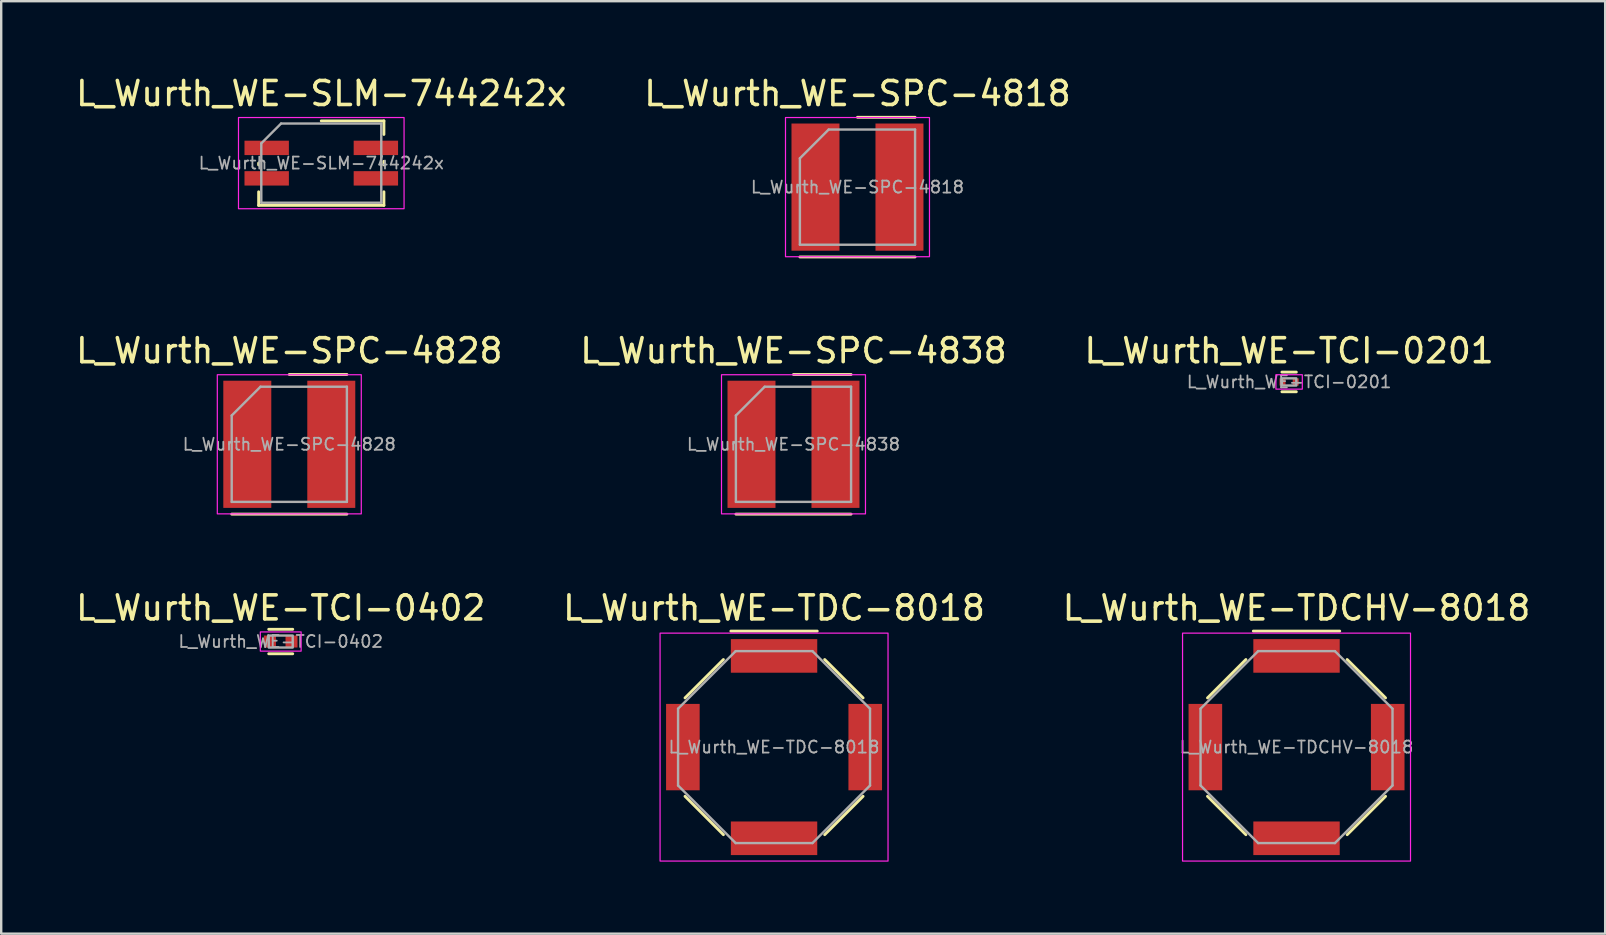
<source format=kicad_pcb>
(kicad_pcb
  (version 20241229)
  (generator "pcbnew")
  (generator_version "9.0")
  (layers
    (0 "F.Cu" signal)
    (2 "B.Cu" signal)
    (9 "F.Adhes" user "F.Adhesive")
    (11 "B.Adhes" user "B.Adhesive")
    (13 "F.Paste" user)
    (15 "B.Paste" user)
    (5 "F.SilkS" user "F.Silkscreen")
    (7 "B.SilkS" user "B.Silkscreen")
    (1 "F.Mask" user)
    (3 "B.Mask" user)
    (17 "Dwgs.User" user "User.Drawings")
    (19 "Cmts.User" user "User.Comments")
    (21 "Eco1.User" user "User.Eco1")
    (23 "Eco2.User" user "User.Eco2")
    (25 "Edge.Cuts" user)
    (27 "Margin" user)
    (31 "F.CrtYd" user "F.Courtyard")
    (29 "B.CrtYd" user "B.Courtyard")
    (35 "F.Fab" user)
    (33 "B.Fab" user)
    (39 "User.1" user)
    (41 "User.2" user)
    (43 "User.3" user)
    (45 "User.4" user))
  (footprint "L_Wurth_WE-SLM-744242x"
    (layer "F.Cu")
    (at 10.339 3.748)
    (property "Reference" "L_Wurth_WE-SLM-744242x" (at 0 -2.9 0) (unlocked yes) (layer "F.SilkS") (effects (font (size 1 1) (thickness 0.15))))
    (attr smd)
    (fp_line (start -2.61 0) (end -2.61 0.075) (stroke (width 0.12) (type solid)) (layer "F.SilkS"))
    (fp_line (start -2.61 1.76) (end -2.61 1.195) (stroke (width 0.12) (type solid)) (layer "F.SilkS"))
    (fp_line (start -2.61 1.76) (end 2.61 1.76) (stroke (width 0.12) (type solid)) (layer "F.SilkS"))
    (fp_line (start 0 -1.76) (end 2.61 -1.76) (stroke (width 0.12) (type solid)) (layer "F.SilkS"))
    (fp_line (start 2.61 -1.76) (end 2.61 -1.195) (stroke (width 0.12) (type solid)) (layer "F.SilkS"))
    (fp_line (start 2.61 -0.075) (end 2.61 0.075) (stroke (width 0.12) (type solid)) (layer "F.SilkS"))
    (fp_line (start 2.61 1.76) (end 2.61 1.195) (stroke (width 0.12) (type solid)) (layer "F.SilkS"))
    (fp_rect (start -3.45 -1.9) (end 3.45 1.9) (stroke (width 0.05) (type solid)) (fill no) (layer "F.CrtYd"))
    (fp_line (start -2.5 -0.825) (end -2.5 1.65) (stroke (width 0.1) (type solid)) (layer "F.Fab"))
    (fp_line (start -2.5 1.65) (end 2.5 1.65) (stroke (width 0.1) (type solid)) (layer "F.Fab"))
    (fp_line (start -1.675 -1.65) (end -2.5 -0.825) (stroke (width 0.1) (type solid)) (layer "F.Fab"))
    (fp_line (start 2.5 -1.65) (end -1.675 -1.65) (stroke (width 0.1) (type solid)) (layer "F.Fab"))
    (fp_line (start 2.5 1.65) (end 2.5 -1.65) (stroke (width 0.1) (type solid)) (layer "F.Fab"))
    (fp_text user "${REFERENCE}" (at 0 0 0) (unlocked yes) (layer "F.Fab") (effects (font (size 0.5 0.5) (thickness 0.075))))
    (pad "1" smd rect (at -2.275 -0.635) (size 1.85 0.6) (layers "F.Cu" "F.Mask" "F.Paste"))
    (pad "2" smd rect (at -2.275 0.635) (size 1.85 0.6) (layers "F.Cu" "F.Mask" "F.Paste"))
    (pad "3" smd rect (at 2.275 0.635) (size 1.85 0.6) (layers "F.Cu" "F.Mask" "F.Paste"))
    (pad "4" smd rect (at 2.275 -0.635) (size 1.85 0.6) (layers "F.Cu" "F.Mask" "F.Paste")))
  (footprint "L_Wurth_WE-TCI-0201"
    (layer "F.Cu")
    (at 50.673 12.867)
    (property "Reference" "L_Wurth_WE-TCI-0201" (at 0 -1.3 0) (unlocked yes) (layer "F.SilkS") (effects (font (size 1 1) (thickness 0.15))))
    (attr smd)
    (fp_line (start -0.3 -0.41) (end 0.3 -0.41) (stroke (width 0.12) (type solid)) (layer "F.SilkS"))
    (fp_line (start -0.3 0.41) (end 0.3 0.41) (stroke (width 0.12) (type solid)) (layer "F.SilkS"))
    (fp_rect (start -0.55 -0.3) (end 0.55 0.3) (stroke (width 0.05) (type solid)) (fill no) (layer "F.CrtYd"))
    (fp_rect (start -0.3 -0.15) (end 0.3 0.15) (stroke (width 0.1) (type solid)) (fill no) (layer "F.Fab"))
    (fp_text user "${REFERENCE}" (at 0 0 0) (unlocked yes) (layer "F.Fab") (effects (font (size 0.5 0.5) (thickness 0.075))))
    (pad "1" smd rect (at -0.275 0) (size 0.25 0.3) (layers "F.Cu" "F.Mask" "F.Paste"))
    (pad "2" smd rect (at 0.275 0) (size 0.25 0.3) (layers "F.Cu" "F.Mask" "F.Paste")))
  (footprint "L_Wurth_WE-TDCHV-8018"
    (layer "F.Cu")
    (at 50.982 28.085)
    (property "Reference" "L_Wurth_WE-TDCHV-8018" (at 0 -5.8 0) (unlocked yes) (layer "F.SilkS") (effects (font (size 1 1) (thickness 0.15))))
    (attr smd)
    (fp_line (start -3.71 -2.05) (end -2.11 -3.65) (stroke (width 0.12) (type default)) (layer "F.SilkS"))
    (fp_line (start -3.71 2.05) (end -2.11 3.65) (stroke (width 0.12) (type default)) (layer "F.SilkS"))
    (fp_line (start -1.8 -4.835) (end 1.8 -4.835) (stroke (width 0.12) (type default)) (layer "F.SilkS"))
    (fp_line (start 2.11 3.65) (end 3.71 2.05) (stroke (width 0.12) (type default)) (layer "F.SilkS"))
    (fp_line (start 3.71 -2.05) (end 2.11 -3.65) (stroke (width 0.12) (type default)) (layer "F.SilkS"))
    (fp_rect (start -4.75 -4.75) (end 4.75 4.75) (stroke (width 0.05) (type solid)) (fill no) (layer "F.CrtYd"))
    (fp_line (start -4 -1.6) (end -4 1.6) (stroke (width 0.1) (type solid)) (layer "F.Fab"))
    (fp_line (start -1.6 -4) (end -4 -1.6) (stroke (width 0.1) (type solid)) (layer "F.Fab"))
    (fp_line (start -1.6 4) (end -4 1.6) (stroke (width 0.1) (type solid)) (layer "F.Fab"))
    (fp_line (start -1.6 4) (end 1.6 4) (stroke (width 0.1) (type solid)) (layer "F.Fab"))
    (fp_line (start 1.6 -4) (end -1.6 -4) (stroke (width 0.1) (type solid)) (layer "F.Fab"))
    (fp_line (start 1.6 -4) (end 4 -1.6) (stroke (width 0.1) (type solid)) (layer "F.Fab"))
    (fp_line (start 1.6 4) (end 4 1.6) (stroke (width 0.1) (type solid)) (layer "F.Fab"))
    (fp_line (start 4 1.6) (end 4 -1.6) (stroke (width 0.1) (type solid)) (layer "F.Fab"))
    (fp_text user "${REFERENCE}" (at 0 0 0) (unlocked yes) (layer "F.Fab") (effects (font (size 0.5 0.5) (thickness 0.075))))
    (pad "1" smd rect (at 0 -3.8) (size 3.6 1.4) (layers "F.Cu" "F.Mask" "F.Paste"))
    (pad "2" smd rect (at -3.8 0) (size 1.4 3.6) (layers "F.Cu" "F.Mask" "F.Paste"))
    (pad "3" smd rect (at 0 3.8) (size 3.6 1.4) (layers "F.Cu" "F.Mask" "F.Paste"))
    (pad "4" smd rect (at 3.8 0) (size 1.4 3.6) (layers "F.Cu" "F.Mask" "F.Paste")))
  (footprint "L_Wurth_WE-SPC-4828"
    (layer "F.Cu")
    (at 9.006 15.466)
    (property "Reference" "L_Wurth_WE-SPC-4828" (at 0 -3.9 0) (unlocked yes) (layer "F.SilkS") (effects (font (size 1 1) (thickness 0.15))))
    (attr smd)
    (fp_line (start -2.4 2.91) (end 2.4 2.91) (stroke (width 0.12) (type solid)) (layer "F.SilkS"))
    (fp_line (start 0 -2.91) (end 2.4 -2.91) (stroke (width 0.12) (type solid)) (layer "F.SilkS"))
    (fp_rect (start -3 -2.9) (end 3 2.9) (stroke (width 0.05) (type solid)) (fill no) (layer "F.CrtYd"))
    (fp_line (start -2.4 -1.2) (end -2.4 2.4) (stroke (width 0.1) (type solid)) (layer "F.Fab"))
    (fp_line (start -2.4 2.4) (end 2.4 2.4) (stroke (width 0.1) (type solid)) (layer "F.Fab"))
    (fp_line (start -1.2 -2.4) (end -2.4 -1.2) (stroke (width 0.1) (type solid)) (layer "F.Fab"))
    (fp_line (start 2.4 -2.4) (end -1.2 -2.4) (stroke (width 0.1) (type solid)) (layer "F.Fab"))
    (fp_line (start 2.4 2.4) (end 2.4 -2.4) (stroke (width 0.1) (type solid)) (layer "F.Fab"))
    (fp_text user "${REFERENCE}" (at 0 0 0) (unlocked yes) (layer "F.Fab") (effects (font (size 0.5 0.5) (thickness 0.075))))
    (pad "1" smd rect (at -1.75 0) (size 2 5.3) (layers "F.Cu" "F.Mask" "F.Paste"))
    (pad "2" smd rect (at 1.75 0) (size 2 5.3) (layers "F.Cu" "F.Mask" "F.Paste")))
  (footprint "L_Wurth_WE-SPC-4818"
    (layer "F.Cu")
    (at 32.685 4.748)
    (property "Reference" "L_Wurth_WE-SPC-4818" (at 0 -3.9 0) (unlocked yes) (layer "F.SilkS") (effects (font (size 1 1) (thickness 0.15))))
    (attr smd)
    (fp_line (start -2.4 2.91) (end 2.4 2.91) (stroke (width 0.12) (type solid)) (layer "F.SilkS"))
    (fp_line (start 0 -2.91) (end 2.4 -2.91) (stroke (width 0.12) (type solid)) (layer "F.SilkS"))
    (fp_rect (start -3 -2.9) (end 3 2.9) (stroke (width 0.05) (type solid)) (fill no) (layer "F.CrtYd"))
    (fp_line (start -2.4 -1.2) (end -2.4 2.4) (stroke (width 0.1) (type solid)) (layer "F.Fab"))
    (fp_line (start -2.4 2.4) (end 2.4 2.4) (stroke (width 0.1) (type solid)) (layer "F.Fab"))
    (fp_line (start -1.2 -2.4) (end -2.4 -1.2) (stroke (width 0.1) (type solid)) (layer "F.Fab"))
    (fp_line (start 2.4 -2.4) (end -1.2 -2.4) (stroke (width 0.1) (type solid)) (layer "F.Fab"))
    (fp_line (start 2.4 2.4) (end 2.4 -2.4) (stroke (width 0.1) (type solid)) (layer "F.Fab"))
    (fp_text user "${REFERENCE}" (at 0 0 0) (unlocked yes) (layer "F.Fab") (effects (font (size 0.5 0.5) (thickness 0.075))))
    (pad "1" smd rect (at -1.75 0) (size 2 5.3) (layers "F.Cu" "F.Mask" "F.Paste"))
    (pad "2" smd rect (at 1.75 0) (size 2 5.3) (layers "F.Cu" "F.Mask" "F.Paste")))
  (footprint "L_Wurth_WE-TCI-0402"
    (layer "F.Cu")
    (at 8.649 23.685)
    (property "Reference" "L_Wurth_WE-TCI-0402" (at 0 -1.4 0) (unlocked yes) (layer "F.SilkS") (effects (font (size 1 1) (thickness 0.15))))
    (attr smd)
    (fp_line (start -0.5 -0.51) (end 0.5 -0.51) (stroke (width 0.12) (type solid)) (layer "F.SilkS"))
    (fp_line (start -0.5 0.51) (end 0.5 0.51) (stroke (width 0.12) (type solid)) (layer "F.SilkS"))
    (fp_rect (start -0.85 -0.4) (end 0.85 0.4) (stroke (width 0.05) (type solid)) (fill no) (layer "F.CrtYd"))
    (fp_rect (start -0.5 -0.25) (end 0.5 0.25) (stroke (width 0.1) (type solid)) (fill no) (layer "F.Fab"))
    (fp_text user "${REFERENCE}" (at 0 0 0) (unlocked yes) (layer "F.Fab") (effects (font (size 0.5 0.5) (thickness 0.075))))
    (pad "1" smd rect (at -0.45 0) (size 0.5 0.5) (layers "F.Cu" "F.Mask" "F.Paste"))
    (pad "2" smd rect (at 0.45 0) (size 0.5 0.5) (layers "F.Cu" "F.Mask" "F.Paste")))
  (footprint "L_Wurth_WE-SPC-4838"
    (layer "F.Cu")
    (at 30.018 15.466)
    (property "Reference" "L_Wurth_WE-SPC-4838" (at 0 -3.9 0) (unlocked yes) (layer "F.SilkS") (effects (font (size 1 1) (thickness 0.15))))
    (attr smd)
    (fp_line (start -2.4 2.91) (end 2.4 2.91) (stroke (width 0.12) (type solid)) (layer "F.SilkS"))
    (fp_line (start 0 -2.91) (end 2.4 -2.91) (stroke (width 0.12) (type solid)) (layer "F.SilkS"))
    (fp_rect (start -3 -2.9) (end 3 2.9) (stroke (width 0.05) (type solid)) (fill no) (layer "F.CrtYd"))
    (fp_line (start -2.4 -1.2) (end -2.4 2.4) (stroke (width 0.1) (type solid)) (layer "F.Fab"))
    (fp_line (start -2.4 2.4) (end 2.4 2.4) (stroke (width 0.1) (type solid)) (layer "F.Fab"))
    (fp_line (start -1.2 -2.4) (end -2.4 -1.2) (stroke (width 0.1) (type solid)) (layer "F.Fab"))
    (fp_line (start 2.4 -2.4) (end -1.2 -2.4) (stroke (width 0.1) (type solid)) (layer "F.Fab"))
    (fp_line (start 2.4 2.4) (end 2.4 -2.4) (stroke (width 0.1) (type solid)) (layer "F.Fab"))
    (fp_text user "${REFERENCE}" (at 0 0 0) (unlocked yes) (layer "F.Fab") (effects (font (size 0.5 0.5) (thickness 0.075))))
    (pad "1" smd rect (at -1.75 0) (size 2 5.3) (layers "F.Cu" "F.Mask" "F.Paste"))
    (pad "2" smd rect (at 1.75 0) (size 2 5.3) (layers "F.Cu" "F.Mask" "F.Paste")))
  (footprint "L_Wurth_WE-TDC-8018"
    (layer "F.Cu")
    (at 29.208 28.085)
    (property "Reference" "L_Wurth_WE-TDC-8018" (at 0 -5.8 0) (unlocked yes) (layer "F.SilkS") (effects (font (size 1 1) (thickness 0.15))))
    (attr smd)
    (fp_line (start -3.71 -2.05) (end -2.11 -3.65) (stroke (width 0.12) (type default)) (layer "F.SilkS"))
    (fp_line (start -3.71 2.05) (end -2.11 3.65) (stroke (width 0.12) (type default)) (layer "F.SilkS"))
    (fp_line (start -1.8 -4.835) (end 1.8 -4.835) (stroke (width 0.12) (type default)) (layer "F.SilkS"))
    (fp_line (start 2.11 3.65) (end 3.71 2.05) (stroke (width 0.12) (type default)) (layer "F.SilkS"))
    (fp_line (start 3.71 -2.05) (end 2.11 -3.65) (stroke (width 0.12) (type default)) (layer "F.SilkS"))
    (fp_rect (start -4.75 -4.75) (end 4.75 4.75) (stroke (width 0.05) (type solid)) (fill no) (layer "F.CrtYd"))
    (fp_line (start -4 -1.6) (end -4 1.6) (stroke (width 0.1) (type solid)) (layer "F.Fab"))
    (fp_line (start -1.6 -4) (end -4 -1.6) (stroke (width 0.1) (type solid)) (layer "F.Fab"))
    (fp_line (start -1.6 4) (end -4 1.6) (stroke (width 0.1) (type solid)) (layer "F.Fab"))
    (fp_line (start -1.6 4) (end 1.6 4) (stroke (width 0.1) (type solid)) (layer "F.Fab"))
    (fp_line (start 1.6 -4) (end -1.6 -4) (stroke (width 0.1) (type solid)) (layer "F.Fab"))
    (fp_line (start 1.6 -4) (end 4 -1.6) (stroke (width 0.1) (type solid)) (layer "F.Fab"))
    (fp_line (start 1.6 4) (end 4 1.6) (stroke (width 0.1) (type solid)) (layer "F.Fab"))
    (fp_line (start 4 1.6) (end 4 -1.6) (stroke (width 0.1) (type solid)) (layer "F.Fab"))
    (fp_text user "${REFERENCE}" (at 0 0 0) (unlocked yes) (layer "F.Fab") (effects (font (size 0.5 0.5) (thickness 0.075))))
    (pad "1" smd rect (at 0 -3.8) (size 3.6 1.4) (layers "F.Cu" "F.Mask" "F.Paste"))
    (pad "2" smd rect (at -3.8 0) (size 1.4 3.6) (layers "F.Cu" "F.Mask" "F.Paste"))
    (pad "3" smd rect (at 0 3.8) (size 3.6 1.4) (layers "F.Cu" "F.Mask" "F.Paste"))
    (pad "4" smd rect (at 3.8 0) (size 1.4 3.6) (layers "F.Cu" "F.Mask" "F.Paste")))
  (gr_rect
    (start -3 -3)
    (end 63.845 35.86)
    (stroke (width 0.1) (type default))
    (fill no)
    (layer "Edge.Cuts")))
</source>
